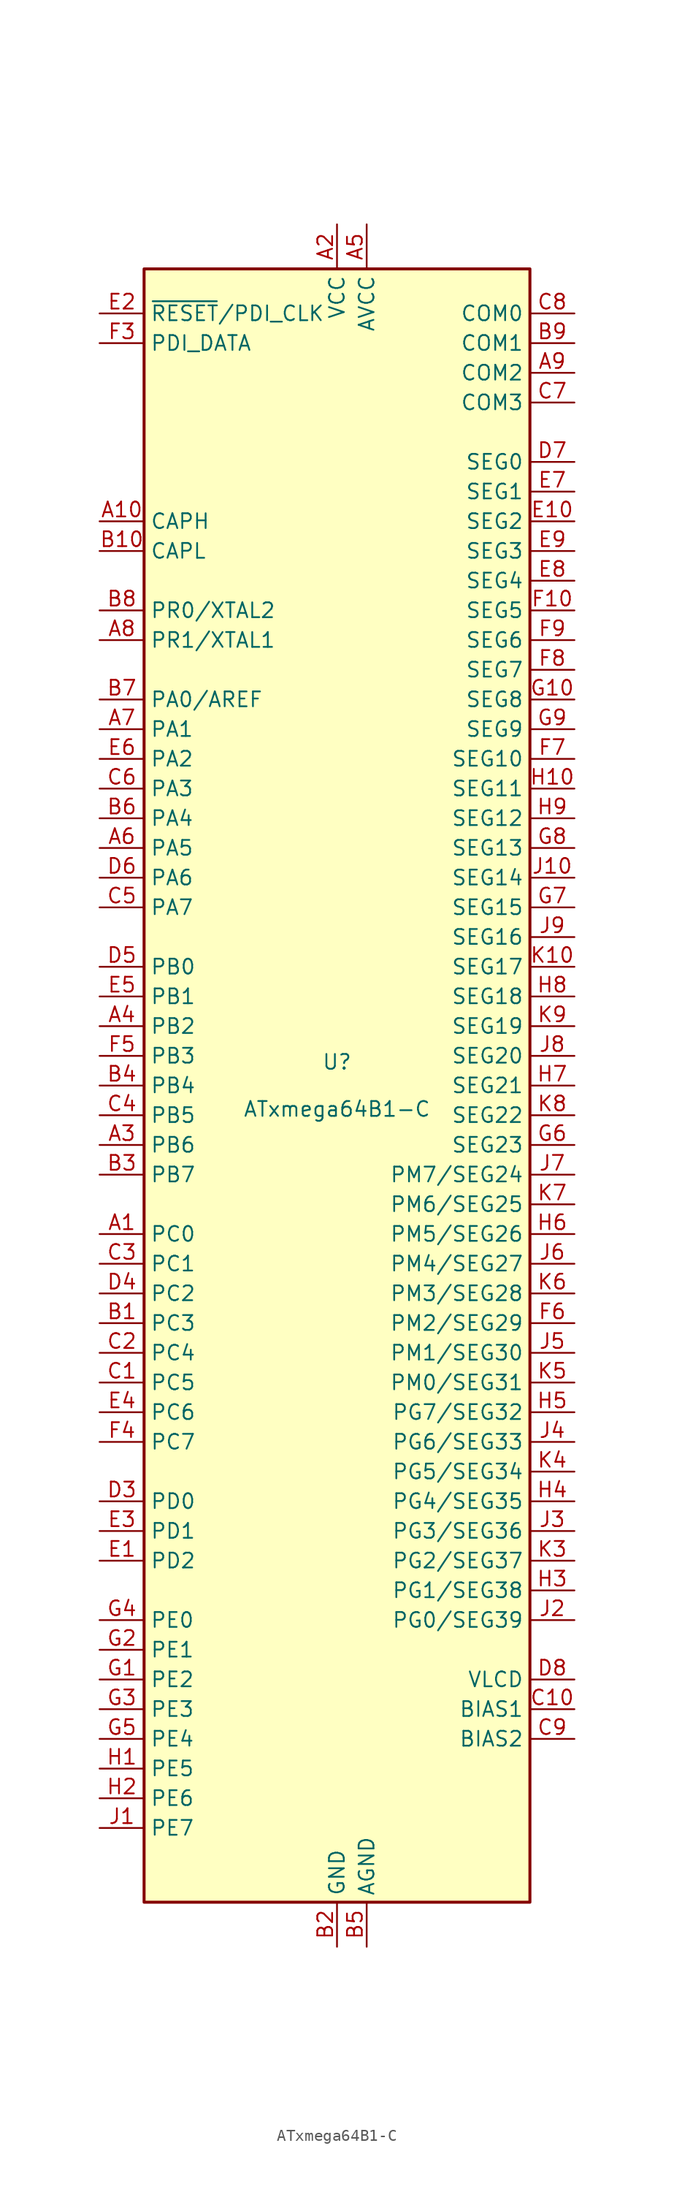
<source format=kicad_sym>
(kicad_symbol_lib
  (version 20201005)
  (generator kicad_symbol_editor)
  (symbol "ATxmega64B1-C"
    (property "Reference" "U"
      (at 0 1.27 0)
      (effects (font (size 1.27 1.27)) (justify bottom)))
    (property "Value" "ATxmega64B1-C"
      (at 0 -1.27 0)
      (effects (font (size 1.27 1.27)) (justify top)))
    (symbol "ATxmega64B1-C_0_1"
      (rectangle (start -16.51 -69.85) (end 16.51 69.85) (stroke (width 0.254)) (fill (type background))))
    (symbol "ATxmega64B1-C_1_1"
      (pin bidirectional line (at -20.32 -12.7 0) (length 3.81) (name "PC0" (effects (font (size 1.27 1.27)))) (number "A1" (effects (font (size 1.27 1.27)))))
      (pin passive line (at -20.32 48.26 0) (length 3.81) (name "CAPH" (effects (font (size 1.27 1.27)))) (number "A10" (effects (font (size 1.27 1.27)))))
      (pin power_in line (at 0 73.66 270) (length 3.81) (name "VCC" (effects (font (size 1.27 1.27)))) (number "A2" (effects (font (size 1.27 1.27)))))
      (pin bidirectional line (at -20.32 -5.08 0) (length 3.81) (name "PB6" (effects (font (size 1.27 1.27)))) (number "A3" (effects (font (size 1.27 1.27)))))
      (pin bidirectional line (at -20.32 5.08 0) (length 3.81) (name "PB2" (effects (font (size 1.27 1.27)))) (number "A4" (effects (font (size 1.27 1.27)))))
      (pin power_in line (at 2.54 73.66 270) (length 3.81) (name "AVCC" (effects (font (size 1.27 1.27)))) (number "A5" (effects (font (size 1.27 1.27)))))
      (pin bidirectional line (at -20.32 20.32 0) (length 3.81) (name "PA5" (effects (font (size 1.27 1.27)))) (number "A6" (effects (font (size 1.27 1.27)))))
      (pin bidirectional line (at -20.32 30.48 0) (length 3.81) (name "PA1" (effects (font (size 1.27 1.27)))) (number "A7" (effects (font (size 1.27 1.27)))))
      (pin bidirectional line (at -20.32 38.1 0) (length 3.81) (name "PR1/XTAL1" (effects (font (size 1.27 1.27)))) (number "A8" (effects (font (size 1.27 1.27)))))
      (pin output line (at 20.32 60.96 180) (length 3.81) (name "COM2" (effects (font (size 1.27 1.27)))) (number "A9" (effects (font (size 1.27 1.27)))))
      (pin bidirectional line (at -20.32 -20.32 0) (length 3.81) (name "PC3" (effects (font (size 1.27 1.27)))) (number "B1" (effects (font (size 1.27 1.27)))))
      (pin passive line (at -20.32 45.72 0) (length 3.81) (name "CAPL" (effects (font (size 1.27 1.27)))) (number "B10" (effects (font (size 1.27 1.27)))))
      (pin power_in line (at 0 -73.66 90) (length 3.81) (name "GND" (effects (font (size 1.27 1.27)))) (number "B2" (effects (font (size 1.27 1.27)))))
      (pin bidirectional line (at -20.32 -7.62 0) (length 3.81) (name "PB7" (effects (font (size 1.27 1.27)))) (number "B3" (effects (font (size 1.27 1.27)))))
      (pin bidirectional line (at -20.32 0 0) (length 3.81) (name "PB4" (effects (font (size 1.27 1.27)))) (number "B4" (effects (font (size 1.27 1.27)))))
      (pin power_in line (at 2.54 -73.66 90) (length 3.81) (name "AGND" (effects (font (size 1.27 1.27)))) (number "B5" (effects (font (size 1.27 1.27)))))
      (pin bidirectional line (at -20.32 22.86 0) (length 3.81) (name "PA4" (effects (font (size 1.27 1.27)))) (number "B6" (effects (font (size 1.27 1.27)))))
      (pin bidirectional line (at -20.32 33.02 0) (length 3.81) (name "PA0/AREF" (effects (font (size 1.27 1.27)))) (number "B7" (effects (font (size 1.27 1.27)))))
      (pin bidirectional line (at -20.32 40.64 0) (length 3.81) (name "PR0/XTAL2" (effects (font (size 1.27 1.27)))) (number "B8" (effects (font (size 1.27 1.27)))))
      (pin output line (at 20.32 63.5 180) (length 3.81) (name "COM1" (effects (font (size 1.27 1.27)))) (number "B9" (effects (font (size 1.27 1.27)))))
      (pin bidirectional line (at -20.32 -25.4 0) (length 3.81) (name "PC5" (effects (font (size 1.27 1.27)))) (number "C1" (effects (font (size 1.27 1.27)))))
      (pin power_out line (at 20.32 -53.34 180) (length 3.81) (name "BIAS1" (effects (font (size 1.27 1.27)))) (number "C10" (effects (font (size 1.27 1.27)))))
      (pin bidirectional line (at -20.32 -22.86 0) (length 3.81) (name "PC4" (effects (font (size 1.27 1.27)))) (number "C2" (effects (font (size 1.27 1.27)))))
      (pin bidirectional line (at -20.32 -15.24 0) (length 3.81) (name "PC1" (effects (font (size 1.27 1.27)))) (number "C3" (effects (font (size 1.27 1.27)))))
      (pin bidirectional line (at -20.32 -2.54 0) (length 3.81) (name "PB5" (effects (font (size 1.27 1.27)))) (number "C4" (effects (font (size 1.27 1.27)))))
      (pin bidirectional line (at -20.32 15.24 0) (length 3.81) (name "PA7" (effects (font (size 1.27 1.27)))) (number "C5" (effects (font (size 1.27 1.27)))))
      (pin bidirectional line (at -20.32 25.4 0) (length 3.81) (name "PA3" (effects (font (size 1.27 1.27)))) (number "C6" (effects (font (size 1.27 1.27)))))
      (pin output line (at 20.32 58.42 180) (length 3.81) (name "COM3" (effects (font (size 1.27 1.27)))) (number "C7" (effects (font (size 1.27 1.27)))))
      (pin output line (at 20.32 66.04 180) (length 3.81) (name "COM0" (effects (font (size 1.27 1.27)))) (number "C8" (effects (font (size 1.27 1.27)))))
      (pin power_out line (at 20.32 -55.88 180) (length 3.81) (name "BIAS2" (effects (font (size 1.27 1.27)))) (number "C9" (effects (font (size 1.27 1.27)))))
      (pin passive line (at 0 73.66 270) (length 3.81) hide (name "VCC" (effects (font (size 1.27 1.27)))) (number "D1" (effects (font (size 1.27 1.27)))))
      (pin passive line (at 0 73.66 270) (length 3.81) hide (name "VCC" (effects (font (size 1.27 1.27)))) (number "D10" (effects (font (size 1.27 1.27)))))
      (pin passive line (at 0 -73.66 90) (length 3.81) hide (name "GND" (effects (font (size 1.27 1.27)))) (number "D2" (effects (font (size 1.27 1.27)))))
      (pin bidirectional line (at -20.32 -35.56 0) (length 3.81) (name "PD0" (effects (font (size 1.27 1.27)))) (number "D3" (effects (font (size 1.27 1.27)))))
      (pin bidirectional line (at -20.32 -17.78 0) (length 3.81) (name "PC2" (effects (font (size 1.27 1.27)))) (number "D4" (effects (font (size 1.27 1.27)))))
      (pin bidirectional line (at -20.32 10.16 0) (length 3.81) (name "PB0" (effects (font (size 1.27 1.27)))) (number "D5" (effects (font (size 1.27 1.27)))))
      (pin bidirectional line (at -20.32 17.78 0) (length 3.81) (name "PA6" (effects (font (size 1.27 1.27)))) (number "D6" (effects (font (size 1.27 1.27)))))
      (pin output line (at 20.32 53.34 180) (length 3.81) (name "SEG0" (effects (font (size 1.27 1.27)))) (number "D7" (effects (font (size 1.27 1.27)))))
      (pin power_out line (at 20.32 -50.8 180) (length 3.81) (name "VLCD" (effects (font (size 1.27 1.27)))) (number "D8" (effects (font (size 1.27 1.27)))))
      (pin passive line (at 0 -73.66 90) (length 3.81) hide (name "GND" (effects (font (size 1.27 1.27)))) (number "D9" (effects (font (size 1.27 1.27)))))
      (pin bidirectional line (at -20.32 -40.64 0) (length 3.81) (name "PD2" (effects (font (size 1.27 1.27)))) (number "E1" (effects (font (size 1.27 1.27)))))
      (pin output line (at 20.32 48.26 180) (length 3.81) (name "SEG2" (effects (font (size 1.27 1.27)))) (number "E10" (effects (font (size 1.27 1.27)))))
      (pin input line (at -20.32 66.04 0) (length 3.81) (name "~RESET~/PDI_CLK" (effects (font (size 1.27 1.27)))) (number "E2" (effects (font (size 1.27 1.27)))))
      (pin bidirectional line (at -20.32 -38.1 0) (length 3.81) (name "PD1" (effects (font (size 1.27 1.27)))) (number "E3" (effects (font (size 1.27 1.27)))))
      (pin bidirectional line (at -20.32 -27.94 0) (length 3.81) (name "PC6" (effects (font (size 1.27 1.27)))) (number "E4" (effects (font (size 1.27 1.27)))))
      (pin bidirectional line (at -20.32 7.62 0) (length 3.81) (name "PB1" (effects (font (size 1.27 1.27)))) (number "E5" (effects (font (size 1.27 1.27)))))
      (pin bidirectional line (at -20.32 27.94 0) (length 3.81) (name "PA2" (effects (font (size 1.27 1.27)))) (number "E6" (effects (font (size 1.27 1.27)))))
      (pin output line (at 20.32 50.8 180) (length 3.81) (name "SEG1" (effects (font (size 1.27 1.27)))) (number "E7" (effects (font (size 1.27 1.27)))))
      (pin output line (at 20.32 43.18 180) (length 3.81) (name "SEG4" (effects (font (size 1.27 1.27)))) (number "E8" (effects (font (size 1.27 1.27)))))
      (pin output line (at 20.32 45.72 180) (length 3.81) (name "SEG3" (effects (font (size 1.27 1.27)))) (number "E9" (effects (font (size 1.27 1.27)))))
      (pin passive line (at 0 73.66 270) (length 3.81) hide (name "VCC" (effects (font (size 1.27 1.27)))) (number "F1" (effects (font (size 1.27 1.27)))))
      (pin output line (at 20.32 40.64 180) (length 3.81) (name "SEG5" (effects (font (size 1.27 1.27)))) (number "F10" (effects (font (size 1.27 1.27)))))
      (pin passive line (at 0 -73.66 90) (length 3.81) hide (name "GND" (effects (font (size 1.27 1.27)))) (number "F2" (effects (font (size 1.27 1.27)))))
      (pin bidirectional line (at -20.32 63.5 0) (length 3.81) (name "PDI_DATA" (effects (font (size 1.27 1.27)))) (number "F3" (effects (font (size 1.27 1.27)))))
      (pin bidirectional line (at -20.32 -30.48 0) (length 3.81) (name "PC7" (effects (font (size 1.27 1.27)))) (number "F4" (effects (font (size 1.27 1.27)))))
      (pin bidirectional line (at -20.32 2.54 0) (length 3.81) (name "PB3" (effects (font (size 1.27 1.27)))) (number "F5" (effects (font (size 1.27 1.27)))))
      (pin bidirectional line (at 20.32 -20.32 180) (length 3.81) (name "PM2/SEG29" (effects (font (size 1.27 1.27)))) (number "F6" (effects (font (size 1.27 1.27)))))
      (pin output line (at 20.32 27.94 180) (length 3.81) (name "SEG10" (effects (font (size 1.27 1.27)))) (number "F7" (effects (font (size 1.27 1.27)))))
      (pin output line (at 20.32 35.56 180) (length 3.81) (name "SEG7" (effects (font (size 1.27 1.27)))) (number "F8" (effects (font (size 1.27 1.27)))))
      (pin output line (at 20.32 38.1 180) (length 3.81) (name "SEG6" (effects (font (size 1.27 1.27)))) (number "F9" (effects (font (size 1.27 1.27)))))
      (pin bidirectional line (at -20.32 -50.8 0) (length 3.81) (name "PE2" (effects (font (size 1.27 1.27)))) (number "G1" (effects (font (size 1.27 1.27)))))
      (pin output line (at 20.32 33.02 180) (length 3.81) (name "SEG8" (effects (font (size 1.27 1.27)))) (number "G10" (effects (font (size 1.27 1.27)))))
      (pin bidirectional line (at -20.32 -48.26 0) (length 3.81) (name "PE1" (effects (font (size 1.27 1.27)))) (number "G2" (effects (font (size 1.27 1.27)))))
      (pin bidirectional line (at -20.32 -53.34 0) (length 3.81) (name "PE3" (effects (font (size 1.27 1.27)))) (number "G3" (effects (font (size 1.27 1.27)))))
      (pin bidirectional line (at -20.32 -45.72 0) (length 3.81) (name "PE0" (effects (font (size 1.27 1.27)))) (number "G4" (effects (font (size 1.27 1.27)))))
      (pin bidirectional line (at -20.32 -55.88 0) (length 3.81) (name "PE4" (effects (font (size 1.27 1.27)))) (number "G5" (effects (font (size 1.27 1.27)))))
      (pin output line (at 20.32 -5.08 180) (length 3.81) (name "SEG23" (effects (font (size 1.27 1.27)))) (number "G6" (effects (font (size 1.27 1.27)))))
      (pin output line (at 20.32 15.24 180) (length 3.81) (name "SEG15" (effects (font (size 1.27 1.27)))) (number "G7" (effects (font (size 1.27 1.27)))))
      (pin output line (at 20.32 20.32 180) (length 3.81) (name "SEG13" (effects (font (size 1.27 1.27)))) (number "G8" (effects (font (size 1.27 1.27)))))
      (pin output line (at 20.32 30.48 180) (length 3.81) (name "SEG9" (effects (font (size 1.27 1.27)))) (number "G9" (effects (font (size 1.27 1.27)))))
      (pin bidirectional line (at -20.32 -58.42 0) (length 3.81) (name "PE5" (effects (font (size 1.27 1.27)))) (number "H1" (effects (font (size 1.27 1.27)))))
      (pin output line (at 20.32 25.4 180) (length 3.81) (name "SEG11" (effects (font (size 1.27 1.27)))) (number "H10" (effects (font (size 1.27 1.27)))))
      (pin bidirectional line (at -20.32 -60.96 0) (length 3.81) (name "PE6" (effects (font (size 1.27 1.27)))) (number "H2" (effects (font (size 1.27 1.27)))))
      (pin bidirectional line (at 20.32 -43.18 180) (length 3.81) (name "PG1/SEG38" (effects (font (size 1.27 1.27)))) (number "H3" (effects (font (size 1.27 1.27)))))
      (pin bidirectional line (at 20.32 -35.56 180) (length 3.81) (name "PG4/SEG35" (effects (font (size 1.27 1.27)))) (number "H4" (effects (font (size 1.27 1.27)))))
      (pin bidirectional line (at 20.32 -27.94 180) (length 3.81) (name "PG7/SEG32" (effects (font (size 1.27 1.27)))) (number "H5" (effects (font (size 1.27 1.27)))))
      (pin bidirectional line (at 20.32 -12.7 180) (length 3.81) (name "PM5/SEG26" (effects (font (size 1.27 1.27)))) (number "H6" (effects (font (size 1.27 1.27)))))
      (pin output line (at 20.32 0 180) (length 3.81) (name "SEG21" (effects (font (size 1.27 1.27)))) (number "H7" (effects (font (size 1.27 1.27)))))
      (pin output line (at 20.32 7.62 180) (length 3.81) (name "SEG18" (effects (font (size 1.27 1.27)))) (number "H8" (effects (font (size 1.27 1.27)))))
      (pin output line (at 20.32 22.86 180) (length 3.81) (name "SEG12" (effects (font (size 1.27 1.27)))) (number "H9" (effects (font (size 1.27 1.27)))))
      (pin bidirectional line (at -20.32 -63.5 0) (length 3.81) (name "PE7" (effects (font (size 1.27 1.27)))) (number "J1" (effects (font (size 1.27 1.27)))))
      (pin output line (at 20.32 17.78 180) (length 3.81) (name "SEG14" (effects (font (size 1.27 1.27)))) (number "J10" (effects (font (size 1.27 1.27)))))
      (pin bidirectional line (at 20.32 -45.72 180) (length 3.81) (name "PG0/SEG39" (effects (font (size 1.27 1.27)))) (number "J2" (effects (font (size 1.27 1.27)))))
      (pin bidirectional line (at 20.32 -38.1 180) (length 3.81) (name "PG3/SEG36" (effects (font (size 1.27 1.27)))) (number "J3" (effects (font (size 1.27 1.27)))))
      (pin bidirectional line (at 20.32 -30.48 180) (length 3.81) (name "PG6/SEG33" (effects (font (size 1.27 1.27)))) (number "J4" (effects (font (size 1.27 1.27)))))
      (pin bidirectional line (at 20.32 -22.86 180) (length 3.81) (name "PM1/SEG30" (effects (font (size 1.27 1.27)))) (number "J5" (effects (font (size 1.27 1.27)))))
      (pin bidirectional line (at 20.32 -15.24 180) (length 3.81) (name "PM4/SEG27" (effects (font (size 1.27 1.27)))) (number "J6" (effects (font (size 1.27 1.27)))))
      (pin bidirectional line (at 20.32 -7.62 180) (length 3.81) (name "PM7/SEG24" (effects (font (size 1.27 1.27)))) (number "J7" (effects (font (size 1.27 1.27)))))
      (pin output line (at 20.32 2.54 180) (length 3.81) (name "SEG20" (effects (font (size 1.27 1.27)))) (number "J8" (effects (font (size 1.27 1.27)))))
      (pin output line (at 20.32 12.7 180) (length 3.81) (name "SEG16" (effects (font (size 1.27 1.27)))) (number "J9" (effects (font (size 1.27 1.27)))))
      (pin passive line (at 0 -73.66 90) (length 3.81) hide (name "GND" (effects (font (size 1.27 1.27)))) (number "K1" (effects (font (size 1.27 1.27)))))
      (pin output line (at 20.32 10.16 180) (length 3.81) (name "SEG17" (effects (font (size 1.27 1.27)))) (number "K10" (effects (font (size 1.27 1.27)))))
      (pin passive line (at 0 73.66 270) (length 3.81) hide (name "VCC" (effects (font (size 1.27 1.27)))) (number "K2" (effects (font (size 1.27 1.27)))))
      (pin bidirectional line (at 20.32 -40.64 180) (length 3.81) (name "PG2/SEG37" (effects (font (size 1.27 1.27)))) (number "K3" (effects (font (size 1.27 1.27)))))
      (pin bidirectional line (at 20.32 -33.02 180) (length 3.81) (name "PG5/SEG34" (effects (font (size 1.27 1.27)))) (number "K4" (effects (font (size 1.27 1.27)))))
      (pin bidirectional line (at 20.32 -25.4 180) (length 3.81) (name "PM0/SEG31" (effects (font (size 1.27 1.27)))) (number "K5" (effects (font (size 1.27 1.27)))))
      (pin bidirectional line (at 20.32 -17.78 180) (length 3.81) (name "PM3/SEG28" (effects (font (size 1.27 1.27)))) (number "K6" (effects (font (size 1.27 1.27)))))
      (pin bidirectional line (at 20.32 -10.16 180) (length 3.81) (name "PM6/SEG25" (effects (font (size 1.27 1.27)))) (number "K7" (effects (font (size 1.27 1.27)))))
      (pin output line (at 20.32 -2.54 180) (length 3.81) (name "SEG22" (effects (font (size 1.27 1.27)))) (number "K8" (effects (font (size 1.27 1.27)))))
      (pin output line (at 20.32 5.08 180) (length 3.81) (name "SEG19" (effects (font (size 1.27 1.27)))) (number "K9" (effects (font (size 1.27 1.27))))))))
</source>
